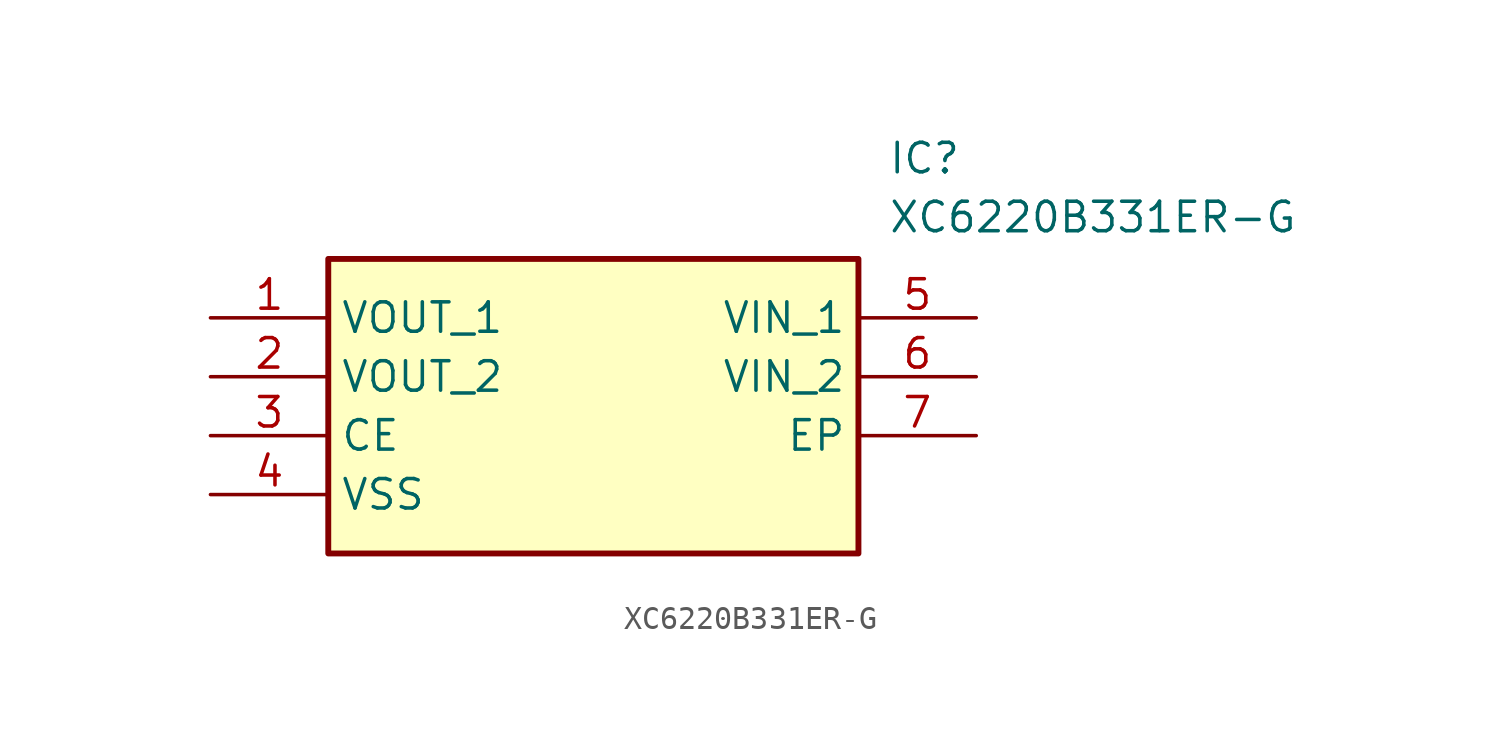
<source format=kicad_sym>
(kicad_symbol_lib
  (version 20211014)
  (generator SamacSys_ECAD_Model)
  (symbol "XC6220B331ER-G"
    (property "Reference" "IC"
      (at 29.21 7.62 0)
      (effects (font (size 1.27 1.27)) (justify left top)))
    (property "Value" "XC6220B331ER-G"
      (at 29.21 5.08 0)
      (effects (font (size 1.27 1.27)) (justify left top)))
    (rectangle
      (start 5.08 2.54)
      (end 27.94 -10.16)
      (stroke (width 0.254) (type default))
      (fill (type background)))
    (pin passive line
      (at 0 0 0)
      (length 5.08)
      (name "VOUT_1" (effects (font (size 1.27 1.27))))
      (number "1" (effects (font (size 1.27 1.27)))))
    (pin passive line
      (at 0 -2.54 0)
      (length 5.08)
      (name "VOUT_2" (effects (font (size 1.27 1.27))))
      (number "2" (effects (font (size 1.27 1.27)))))
    (pin passive line
      (at 0 -5.08 0)
      (length 5.08)
      (name "CE" (effects (font (size 1.27 1.27))))
      (number "3" (effects (font (size 1.27 1.27)))))
    (pin passive line
      (at 0 -7.62 0)
      (length 5.08)
      (name "VSS" (effects (font (size 1.27 1.27))))
      (number "4" (effects (font (size 1.27 1.27)))))
    (pin passive line
      (at 33.02 0 180)
      (length 5.08)
      (name "VIN_1" (effects (font (size 1.27 1.27))))
      (number "5" (effects (font (size 1.27 1.27)))))
    (pin passive line
      (at 33.02 -2.54 180)
      (length 5.08)
      (name "VIN_2" (effects (font (size 1.27 1.27))))
      (number "6" (effects (font (size 1.27 1.27)))))
    (pin passive line
      (at 33.02 -5.08 180)
      (length 5.08)
      (name "EP" (effects (font (size 1.27 1.27))))
      (number "7" (effects (font (size 1.27 1.27)))))))
</source>
